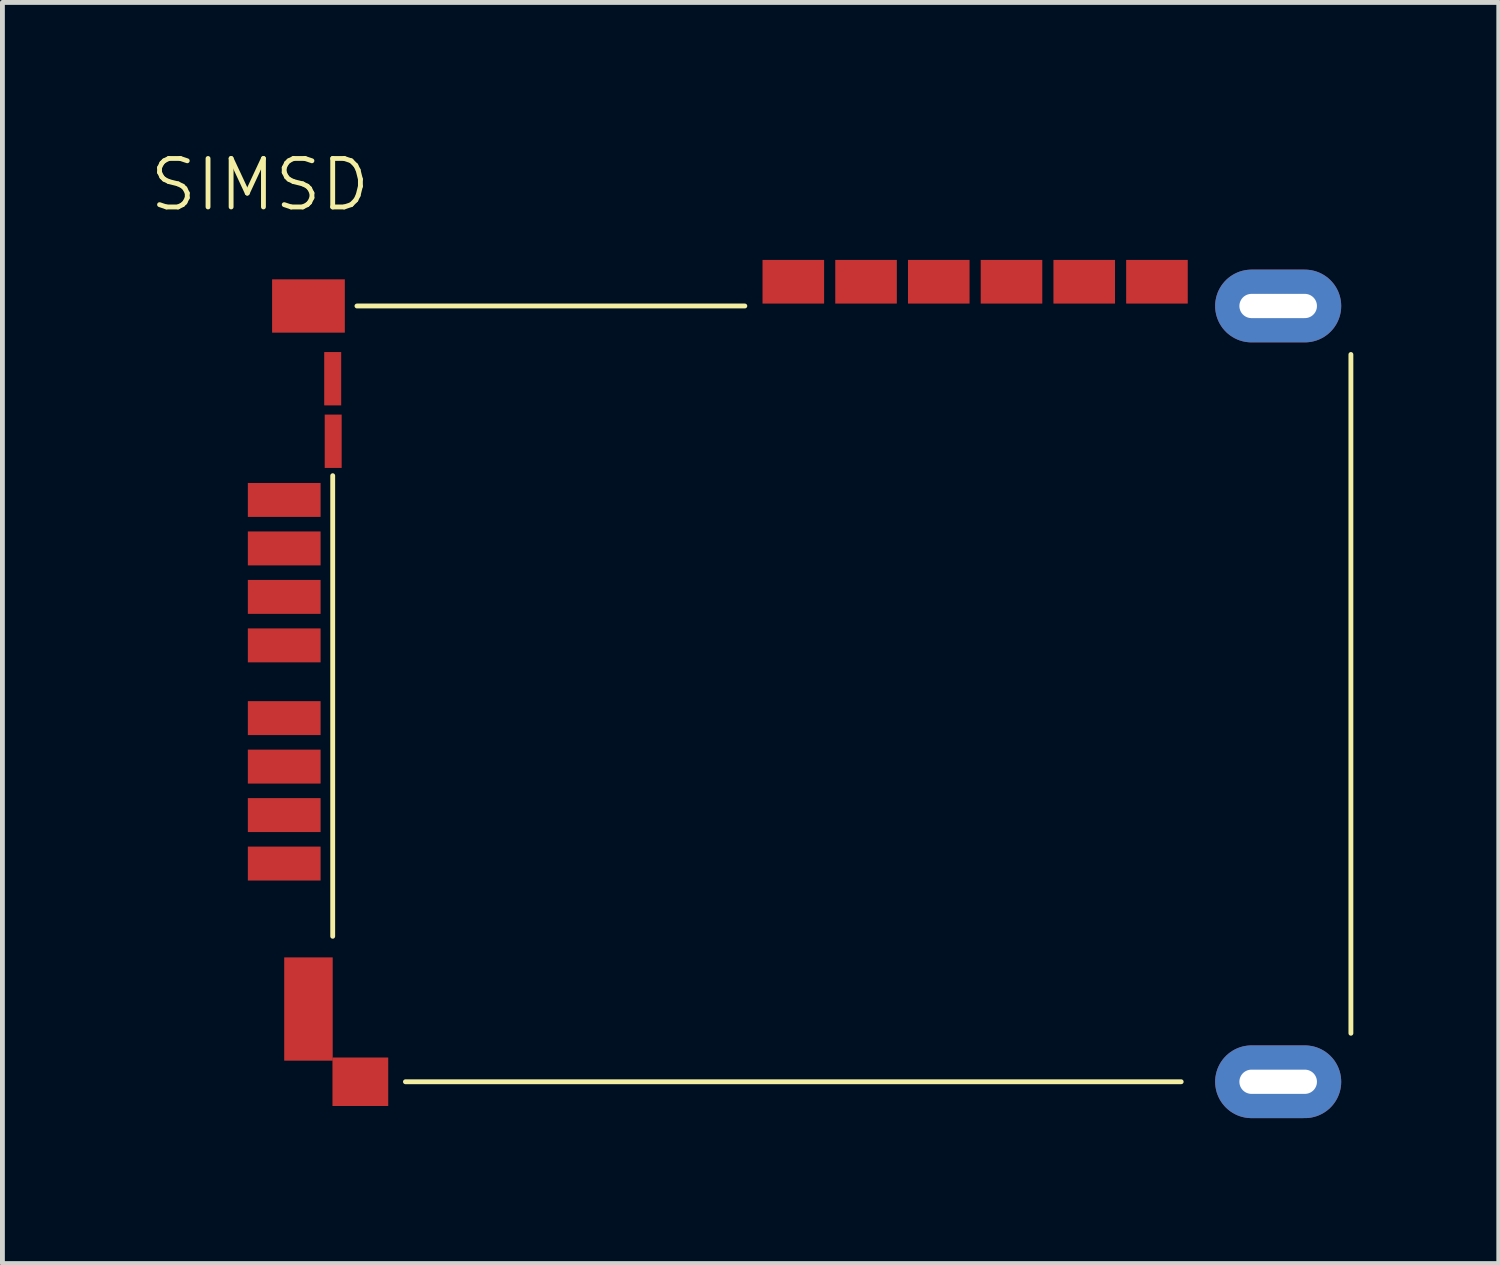
<source format=kicad_pcb>
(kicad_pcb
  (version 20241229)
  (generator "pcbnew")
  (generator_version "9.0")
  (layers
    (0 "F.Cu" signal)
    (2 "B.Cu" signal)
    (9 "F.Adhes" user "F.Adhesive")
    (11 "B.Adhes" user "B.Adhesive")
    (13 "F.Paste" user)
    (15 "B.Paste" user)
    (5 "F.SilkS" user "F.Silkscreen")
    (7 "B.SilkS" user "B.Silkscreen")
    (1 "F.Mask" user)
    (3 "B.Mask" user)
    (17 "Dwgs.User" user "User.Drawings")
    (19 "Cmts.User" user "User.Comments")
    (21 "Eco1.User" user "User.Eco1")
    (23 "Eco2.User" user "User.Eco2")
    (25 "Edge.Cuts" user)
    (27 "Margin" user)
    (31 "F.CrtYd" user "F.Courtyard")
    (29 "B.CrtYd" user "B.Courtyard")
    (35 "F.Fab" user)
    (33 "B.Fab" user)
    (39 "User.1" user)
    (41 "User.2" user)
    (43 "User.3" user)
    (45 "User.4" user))
  (footprint "SIMSD"
    (layer "F.Cu")
    (at 11.312 10.761)
    (property "Reference" "SIMSD" (at -9 -10 0) (unlocked yes) (layer "F.SilkS") (effects (font (size 1 1) (thickness 0.1))))
    (attr through_hole)
    (fp_line (start -7.5 5.5) (end -7.5 -4) (stroke (width 0.1) (type default)) (layer "F.SilkS"))
    (fp_line (start -7 -7.5) (end 1 -7.5) (stroke (width 0.1) (type default)) (layer "F.SilkS"))
    (fp_line (start 10 8.5) (end -6 8.5) (stroke (width 0.1) (type default)) (layer "F.SilkS"))
    (fp_line (start 13.5 -6.5) (end 13.5 7.5) (stroke (width 0.1) (type default)) (layer "F.SilkS"))
    (pad "1" smd rect (at -8.5 -3.5 180) (size 1.5 0.7) (layers "F.Cu" "F.Mask" "F.Paste"))
    (pad "2" smd rect (at -8.5 -2.5 180) (size 1.5 0.7) (layers "F.Cu" "F.Mask" "F.Paste"))
    (pad "3" smd rect (at -8.5 -1.5 180) (size 1.5 0.7) (layers "F.Cu" "F.Mask" "F.Paste"))
    (pad "4" smd rect (at -8.5 -0.5 180) (size 1.5 0.7) (layers "F.Cu" "F.Mask" "F.Paste"))
    (pad "5" smd rect (at -8.5 1 180) (size 1.5 0.7) (layers "F.Cu" "F.Mask" "F.Paste"))
    (pad "6" smd rect (at -8.5 2 180) (size 1.5 0.7) (layers "F.Cu" "F.Mask" "F.Paste"))
    (pad "7" smd rect (at -8.5 3 180) (size 1.5 0.7) (layers "F.Cu" "F.Mask" "F.Paste"))
    (pad "8" smd rect (at -8.5 4 180) (size 1.5 0.7) (layers "F.Cu" "F.Mask" "F.Paste"))
    (pad "9" smd rect (at -7.5 -6 270) (size 1.1 0.35) (layers "F.Cu" "F.Mask" "F.Paste"))
    (pad "10" smd rect (at -7.49 -4.71 270) (size 1.1 0.35) (layers "F.Cu" "F.Mask" "F.Paste"))
    (pad "11" smd rect (at 9.5 -8 270) (size 0.9 1.27) (layers "F.Cu" "F.Mask" "F.Paste"))
    (pad "12" smd rect (at 6.5 -8 270) (size 0.9 1.27) (layers "F.Cu" "F.Mask" "F.Paste"))
    (pad "13" smd rect (at 3.5 -8 270) (size 0.9 1.27) (layers "F.Cu" "F.Mask" "F.Paste"))
    (pad "14" smd rect (at 8 -8 270) (size 0.9 1.27) (layers "F.Cu" "F.Mask" "F.Paste"))
    (pad "15" smd rect (at 5 -8 270) (size 0.9 1.27) (layers "F.Cu" "F.Mask" "F.Paste"))
    (pad "16" smd rect (at 2 -8 270) (size 0.9 1.27) (layers "F.Cu" "F.Mask" "F.Paste"))
    (pad "SH" smd rect (at -8 -7.5) (size 1.5 1.1) (layers "F.Cu" "F.Mask" "F.Paste"))
    (pad "SH" smd rect (at -8 7) (size 1 2.13) (layers "F.Cu" "F.Mask" "F.Paste"))
    (pad "SH" smd rect (at -6.93 8.5) (size 1.15 1) (layers "F.Cu" "F.Mask" "F.Paste"))
    (pad "SH" thru_hole oval (at 12 -7.5) (size 2.6 1.5) (drill oval 1.6 0.5) (layers "*.Cu" "*.Mask"))
    (pad "SH" thru_hole oval (at 12 8.5) (size 2.6 1.5) (drill oval 1.6 0.5) (layers "*.Cu" "*.Mask")))
  (gr_rect
    (start -3 -3)
    (end 27.862 23.011)
    (stroke (width 0.1) (type default))
    (fill no)
    (layer "Edge.Cuts")))
</source>
